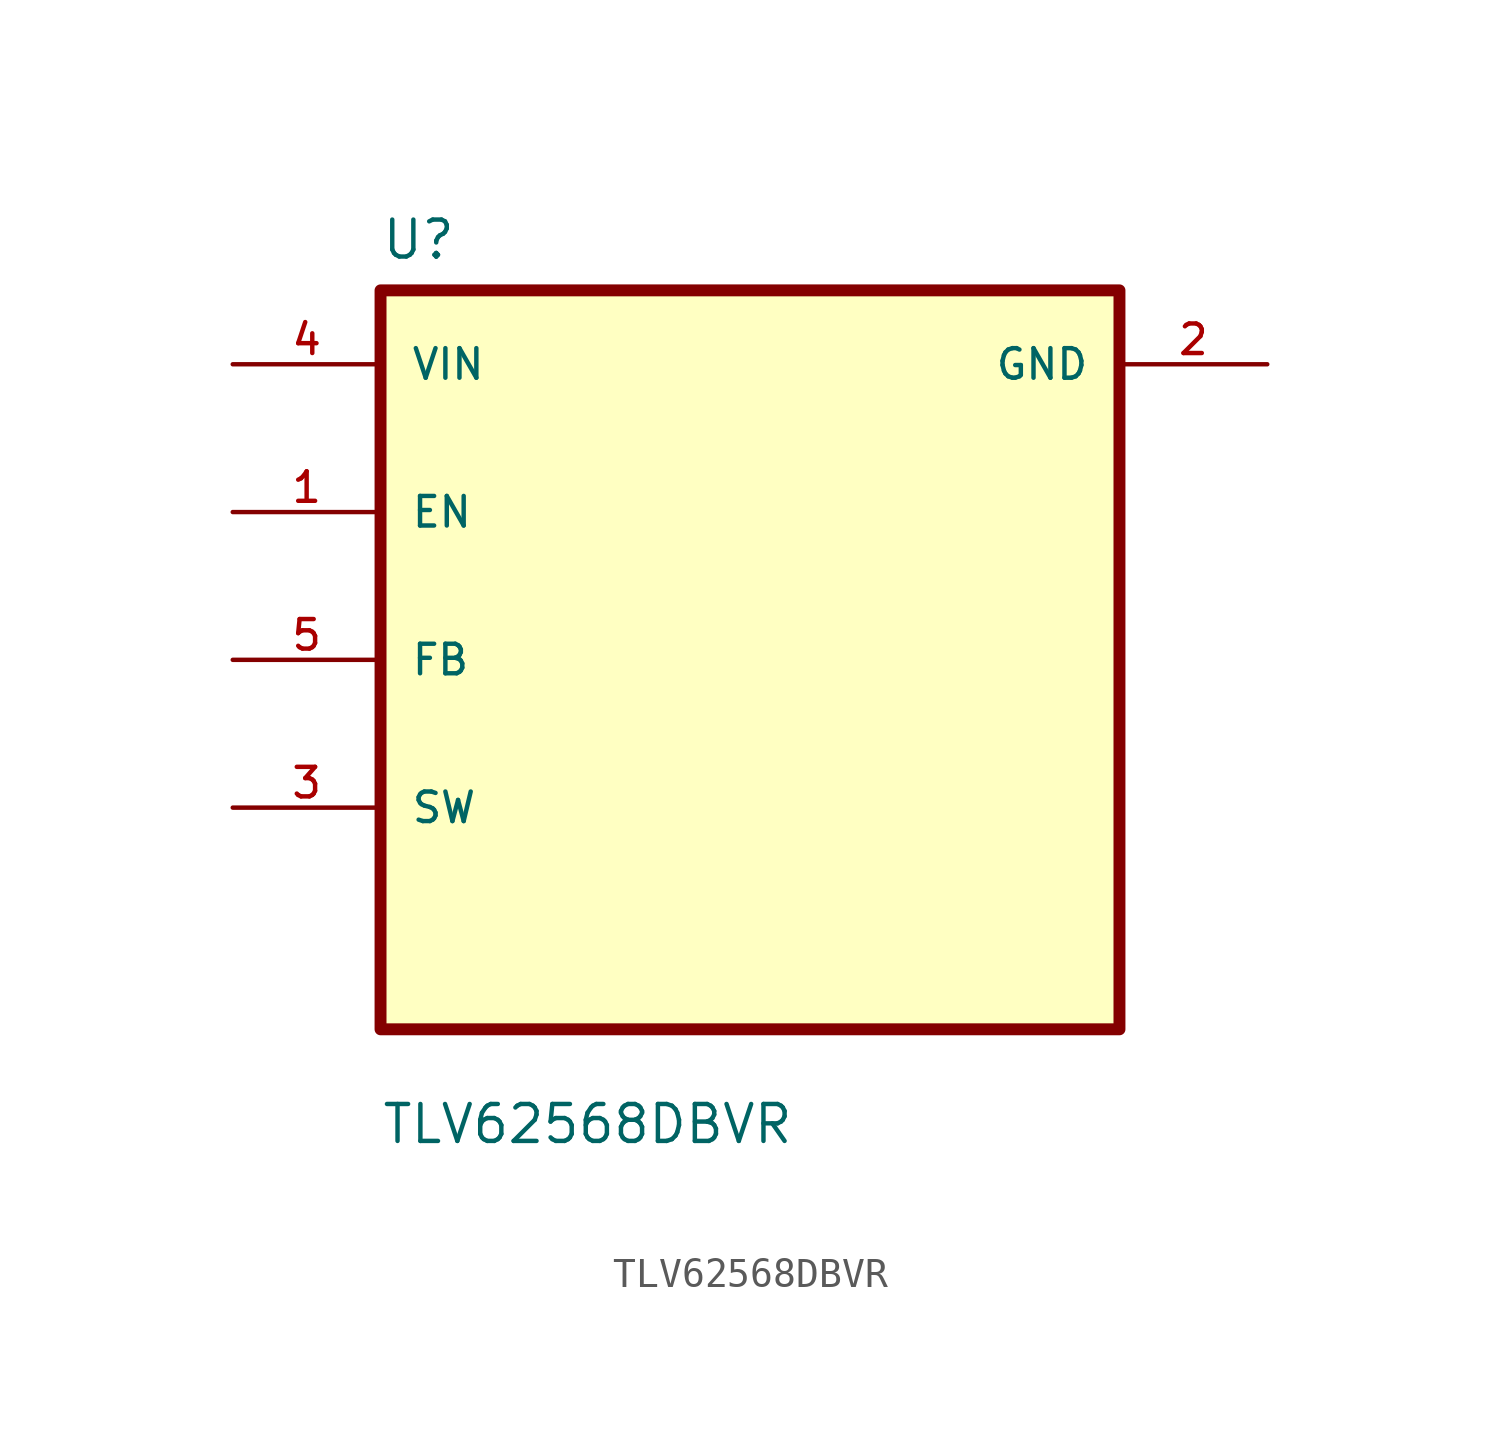
<source format=kicad_sym>
(kicad_symbol_lib
  (version 20220914)
  (generator kicad_symbol_editor)
  (symbol "TLV62568DBVR"
    (pin_names
      (offset 1.016))
    (property "Reference" "U"
      (at -12.7 13.7 0)
      (effects (font (size 1.27 1.27)) (justify left bottom)))
    (property "Value" "TLV62568DBVR"
      (at -12.7 -16.7 0)
      (effects (font (size 1.27 1.27)) (justify left bottom)))
    (symbol "TLV62568DBVR_0_0"
      (rectangle (start -12.7 -12.7) (end 12.7 12.7) (stroke (width 0.41) (type default)) (fill (type background)))
      (pin bidirectional line (at -17.78 5.08 0) (length 5.08) (name "EN" (effects (font (size 1.016 1.016)))) (number "1" (effects (font (size 1.016 1.016)))))
      (pin power_in line (at 17.78 10.16 180) (length 5.08) (name "GND" (effects (font (size 1.016 1.016)))) (number "2" (effects (font (size 1.016 1.016)))))
      (pin input line (at -17.78 10.16 0) (length 5.08) (name "VIN" (effects (font (size 1.016 1.016)))) (number "4" (effects (font (size 1.016 1.016)))))
      (pin bidirectional line (at -17.78 0 0) (length 5.08) (name "FB" (effects (font (size 1.016 1.016)))) (number "5" (effects (font (size 1.016 1.016))))))
    (symbol "TLV62568DBVR_1_0"
      (pin power_out line (at -17.78 -5.08 0) (length 5.08) (name "SW" (effects (font (size 1.016 1.016)))) (number "3" (effects (font (size 1.016 1.016))))))))
</source>
